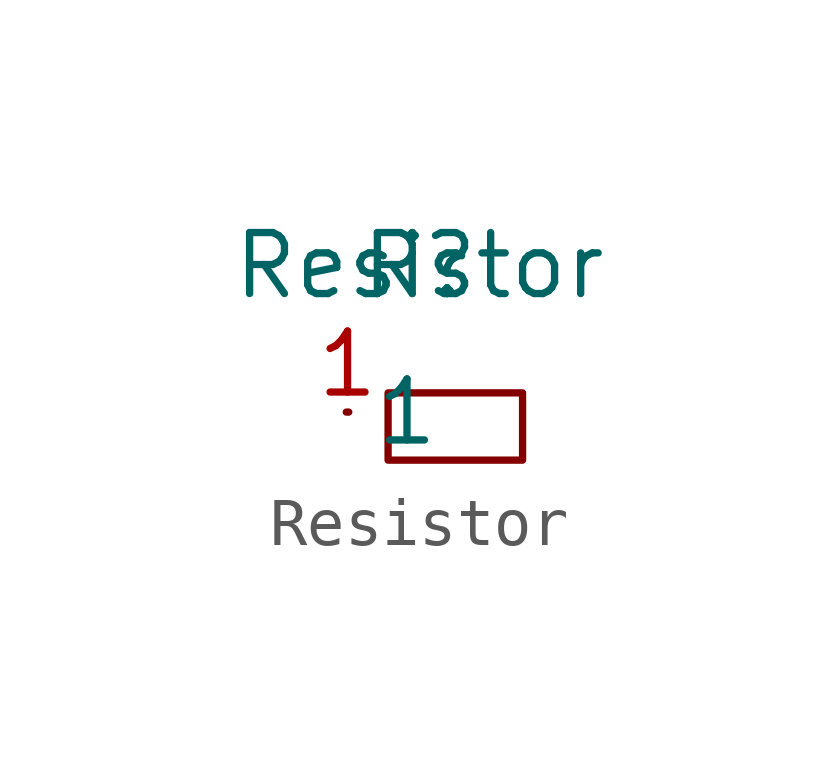
<source format=kicad_sym>
(kicad_symbol_lib
  (version 20231120)
  (generator "kicad_symbol_editor")
  (generator_version "8.0")
  (symbol "Resistor"
    (property "Reference" "R"
      (at 0.254 3.048 0)
      (effects (font (size 1.27 1.27))))
    (property "Value" "Resistor"
      (at 0.254 3.048 0)
      (effects (font (size 1.27 1.27))))
    (symbol "Resistor_0_1"
      (rectangle (start -0.4 0.4) (end 2.4 -1) (stroke (width 0) (type default)) (fill (type none))))
    (symbol "Resistor_1_1"
      (pin passive line (at -1.27 0 0) (length 0.051) (name "1" (effects (font (size 1.27 1.27)))) (number "1" (effects (font (size 1.27 1.27))))))))
</source>
